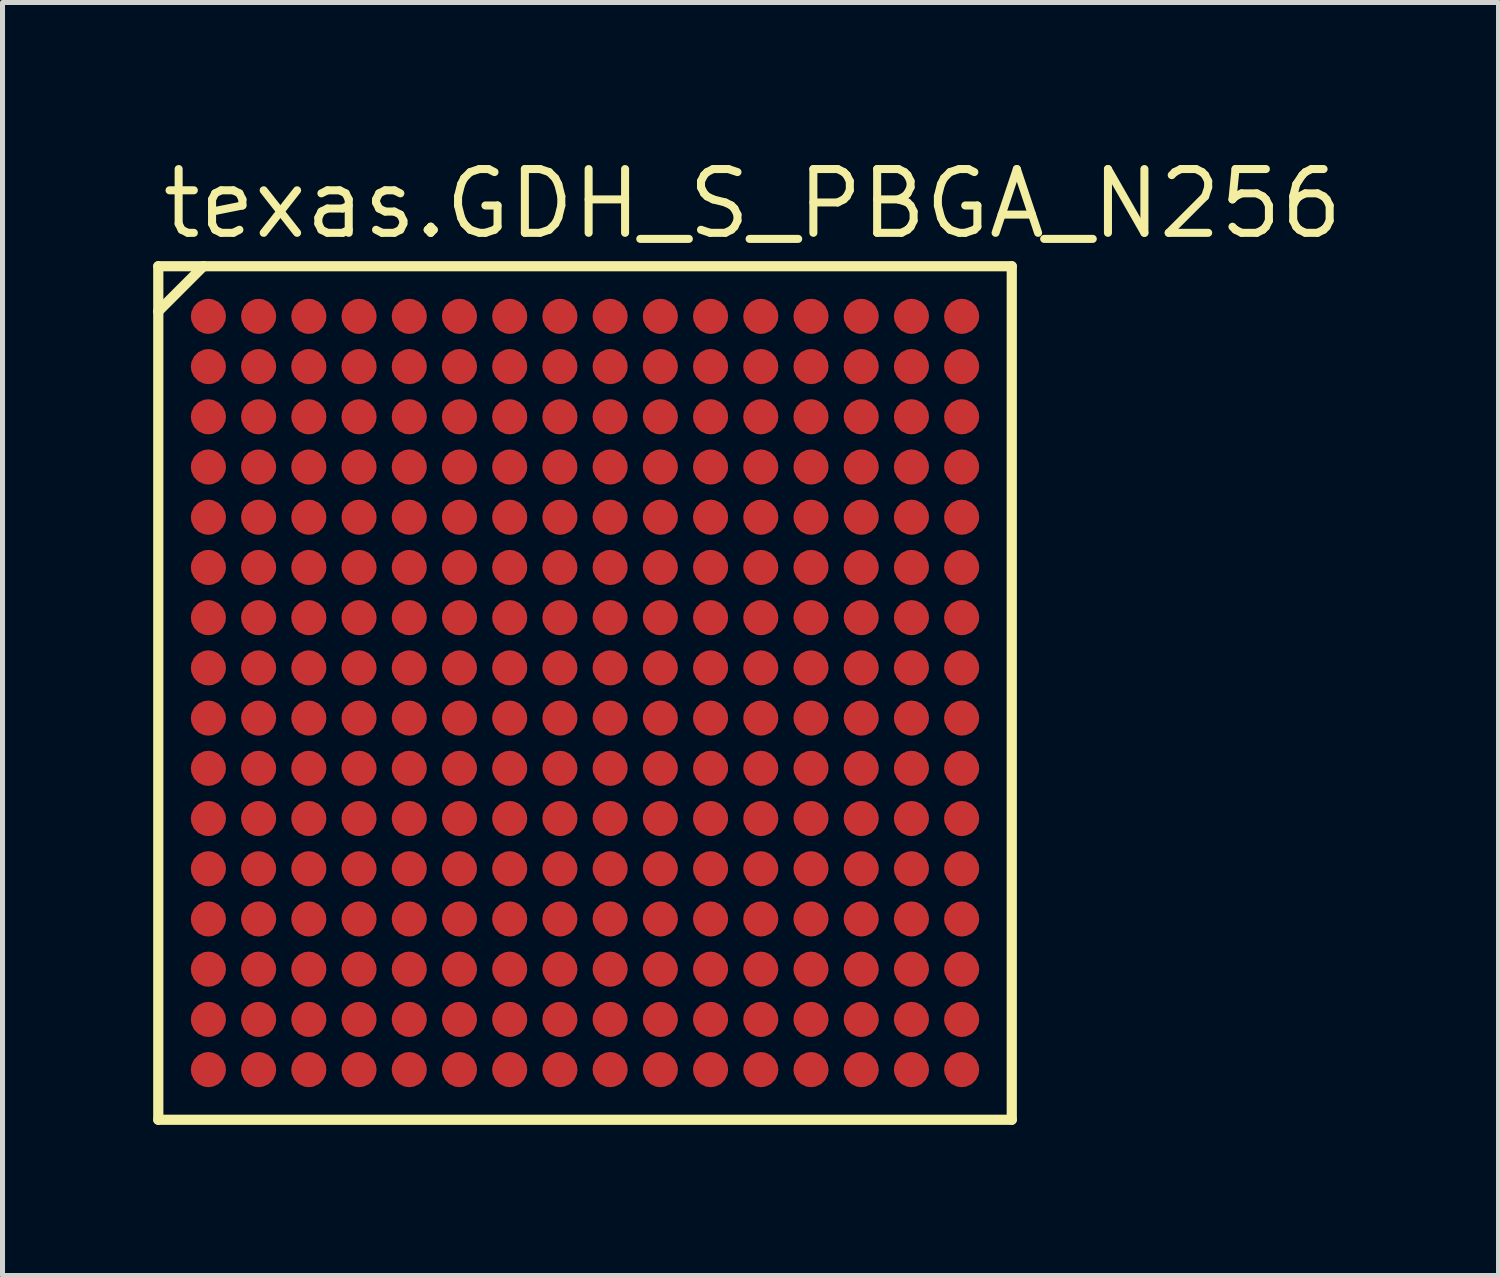
<source format=kicad_pcb>
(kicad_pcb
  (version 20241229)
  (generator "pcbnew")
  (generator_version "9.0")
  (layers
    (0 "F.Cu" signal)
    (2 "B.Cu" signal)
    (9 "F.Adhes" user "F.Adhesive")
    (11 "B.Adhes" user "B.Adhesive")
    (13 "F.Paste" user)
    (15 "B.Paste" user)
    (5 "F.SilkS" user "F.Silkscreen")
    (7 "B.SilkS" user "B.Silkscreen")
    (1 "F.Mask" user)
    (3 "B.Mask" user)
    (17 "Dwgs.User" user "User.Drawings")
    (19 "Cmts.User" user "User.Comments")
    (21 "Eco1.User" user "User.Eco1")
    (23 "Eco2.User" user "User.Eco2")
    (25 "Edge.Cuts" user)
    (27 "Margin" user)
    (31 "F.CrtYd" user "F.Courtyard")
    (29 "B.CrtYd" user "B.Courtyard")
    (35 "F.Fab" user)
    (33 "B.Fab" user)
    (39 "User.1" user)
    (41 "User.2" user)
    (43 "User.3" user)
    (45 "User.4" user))
  (footprint "texas.GDH_S_PBGA_N256"
    (layer "F.Cu")
    (at 8.6 10.75)
    (property "Reference" "texas.GDH_S_PBGA_N256" (at -8.5 -9 0) (layer "F.SilkS") (effects (font (size 1.27 1.27) (thickness 0.16)) (justify left bottom)))
    (attr smd)
    (fp_circle (center -7.5 -7.5) (end -7.13 -7.5) (stroke (width 0.1) (type default)) (fill no) (layer "F.Mask"))
    (fp_circle (center -7.5 -6.5) (end -7.13 -6.5) (stroke (width 0.1) (type default)) (fill no) (layer "F.Mask"))
    (fp_circle (center -7.5 -5.5) (end -7.13 -5.5) (stroke (width 0.1) (type default)) (fill no) (layer "F.Mask"))
    (fp_circle (center -7.5 -4.5) (end -7.13 -4.5) (stroke (width 0.1) (type default)) (fill no) (layer "F.Mask"))
    (fp_circle (center -7.5 -3.5) (end -7.13 -3.5) (stroke (width 0.1) (type default)) (fill no) (layer "F.Mask"))
    (fp_circle (center -7.5 -2.5) (end -7.13 -2.5) (stroke (width 0.1) (type default)) (fill no) (layer "F.Mask"))
    (fp_circle (center -7.5 -1.5) (end -7.13 -1.5) (stroke (width 0.1) (type default)) (fill no) (layer "F.Mask"))
    (fp_circle (center -7.5 -0.5) (end -7.13 -0.5) (stroke (width 0.1) (type default)) (fill no) (layer "F.Mask"))
    (fp_circle (center -7.5 0.5) (end -7.13 0.5) (stroke (width 0.1) (type default)) (fill no) (layer "F.Mask"))
    (fp_circle (center -7.5 1.5) (end -7.13 1.5) (stroke (width 0.1) (type default)) (fill no) (layer "F.Mask"))
    (fp_circle (center -7.5 2.5) (end -7.13 2.5) (stroke (width 0.1) (type default)) (fill no) (layer "F.Mask"))
    (fp_circle (center -7.5 3.5) (end -7.13 3.5) (stroke (width 0.1) (type default)) (fill no) (layer "F.Mask"))
    (fp_circle (center -7.5 4.5) (end -7.13 4.5) (stroke (width 0.1) (type default)) (fill no) (layer "F.Mask"))
    (fp_circle (center -7.5 5.5) (end -7.13 5.5) (stroke (width 0.1) (type default)) (fill no) (layer "F.Mask"))
    (fp_circle (center -7.5 6.5) (end -7.13 6.5) (stroke (width 0.1) (type default)) (fill no) (layer "F.Mask"))
    (fp_circle (center -7.5 7.5) (end -7.13 7.5) (stroke (width 0.1) (type default)) (fill no) (layer "F.Mask"))
    (fp_circle (center -6.5 -7.5) (end -6.13 -7.5) (stroke (width 0.1) (type default)) (fill no) (layer "F.Mask"))
    (fp_circle (center -6.5 -6.5) (end -6.13 -6.5) (stroke (width 0.1) (type default)) (fill no) (layer "F.Mask"))
    (fp_circle (center -6.5 -5.5) (end -6.13 -5.5) (stroke (width 0.1) (type default)) (fill no) (layer "F.Mask"))
    (fp_circle (center -6.5 -4.5) (end -6.13 -4.5) (stroke (width 0.1) (type default)) (fill no) (layer "F.Mask"))
    (fp_circle (center -6.5 -3.5) (end -6.13 -3.5) (stroke (width 0.1) (type default)) (fill no) (layer "F.Mask"))
    (fp_circle (center -6.5 -2.5) (end -6.13 -2.5) (stroke (width 0.1) (type default)) (fill no) (layer "F.Mask"))
    (fp_circle (center -6.5 -1.5) (end -6.13 -1.5) (stroke (width 0.1) (type default)) (fill no) (layer "F.Mask"))
    (fp_circle (center -6.5 -0.5) (end -6.13 -0.5) (stroke (width 0.1) (type default)) (fill no) (layer "F.Mask"))
    (fp_circle (center -6.5 0.5) (end -6.13 0.5) (stroke (width 0.1) (type default)) (fill no) (layer "F.Mask"))
    (fp_circle (center -6.5 1.5) (end -6.13 1.5) (stroke (width 0.1) (type default)) (fill no) (layer "F.Mask"))
    (fp_circle (center -6.5 2.5) (end -6.13 2.5) (stroke (width 0.1) (type default)) (fill no) (layer "F.Mask"))
    (fp_circle (center -6.5 3.5) (end -6.13 3.5) (stroke (width 0.1) (type default)) (fill no) (layer "F.Mask"))
    (fp_circle (center -6.5 4.5) (end -6.13 4.5) (stroke (width 0.1) (type default)) (fill no) (layer "F.Mask"))
    (fp_circle (center -6.5 5.5) (end -6.13 5.5) (stroke (width 0.1) (type default)) (fill no) (layer "F.Mask"))
    (fp_circle (center -6.5 6.5) (end -6.13 6.5) (stroke (width 0.1) (type default)) (fill no) (layer "F.Mask"))
    (fp_circle (center -6.5 7.5) (end -6.13 7.5) (stroke (width 0.1) (type default)) (fill no) (layer "F.Mask"))
    (fp_circle (center -5.5 -7.5) (end -5.13 -7.5) (stroke (width 0.1) (type default)) (fill no) (layer "F.Mask"))
    (fp_circle (center -5.5 -6.5) (end -5.13 -6.5) (stroke (width 0.1) (type default)) (fill no) (layer "F.Mask"))
    (fp_circle (center -5.5 -5.5) (end -5.13 -5.5) (stroke (width 0.1) (type default)) (fill no) (layer "F.Mask"))
    (fp_circle (center -5.5 -4.5) (end -5.13 -4.5) (stroke (width 0.1) (type default)) (fill no) (layer "F.Mask"))
    (fp_circle (center -5.5 -3.5) (end -5.13 -3.5) (stroke (width 0.1) (type default)) (fill no) (layer "F.Mask"))
    (fp_circle (center -5.5 -2.5) (end -5.13 -2.5) (stroke (width 0.1) (type default)) (fill no) (layer "F.Mask"))
    (fp_circle (center -5.5 -1.5) (end -5.13 -1.5) (stroke (width 0.1) (type default)) (fill no) (layer "F.Mask"))
    (fp_circle (center -5.5 -0.5) (end -5.13 -0.5) (stroke (width 0.1) (type default)) (fill no) (layer "F.Mask"))
    (fp_circle (center -5.5 0.5) (end -5.13 0.5) (stroke (width 0.1) (type default)) (fill no) (layer "F.Mask"))
    (fp_circle (center -5.5 1.5) (end -5.13 1.5) (stroke (width 0.1) (type default)) (fill no) (layer "F.Mask"))
    (fp_circle (center -5.5 2.5) (end -5.13 2.5) (stroke (width 0.1) (type default)) (fill no) (layer "F.Mask"))
    (fp_circle (center -5.5 3.5) (end -5.13 3.5) (stroke (width 0.1) (type default)) (fill no) (layer "F.Mask"))
    (fp_circle (center -5.5 4.5) (end -5.13 4.5) (stroke (width 0.1) (type default)) (fill no) (layer "F.Mask"))
    (fp_circle (center -5.5 5.5) (end -5.13 5.5) (stroke (width 0.1) (type default)) (fill no) (layer "F.Mask"))
    (fp_circle (center -5.5 6.5) (end -5.13 6.5) (stroke (width 0.1) (type default)) (fill no) (layer "F.Mask"))
    (fp_circle (center -5.5 7.5) (end -5.13 7.5) (stroke (width 0.1) (type default)) (fill no) (layer "F.Mask"))
    (fp_circle (center -4.5 -7.5) (end -4.13 -7.5) (stroke (width 0.1) (type default)) (fill no) (layer "F.Mask"))
    (fp_circle (center -4.5 -6.5) (end -4.13 -6.5) (stroke (width 0.1) (type default)) (fill no) (layer "F.Mask"))
    (fp_circle (center -4.5 -5.5) (end -4.13 -5.5) (stroke (width 0.1) (type default)) (fill no) (layer "F.Mask"))
    (fp_circle (center -4.5 -4.5) (end -4.13 -4.5) (stroke (width 0.1) (type default)) (fill no) (layer "F.Mask"))
    (fp_circle (center -4.5 -3.5) (end -4.13 -3.5) (stroke (width 0.1) (type default)) (fill no) (layer "F.Mask"))
    (fp_circle (center -4.5 -2.5) (end -4.13 -2.5) (stroke (width 0.1) (type default)) (fill no) (layer "F.Mask"))
    (fp_circle (center -4.5 -1.5) (end -4.13 -1.5) (stroke (width 0.1) (type default)) (fill no) (layer "F.Mask"))
    (fp_circle (center -4.5 -0.5) (end -4.13 -0.5) (stroke (width 0.1) (type default)) (fill no) (layer "F.Mask"))
    (fp_circle (center -4.5 0.5) (end -4.13 0.5) (stroke (width 0.1) (type default)) (fill no) (layer "F.Mask"))
    (fp_circle (center -4.5 1.5) (end -4.13 1.5) (stroke (width 0.1) (type default)) (fill no) (layer "F.Mask"))
    (fp_circle (center -4.5 2.5) (end -4.13 2.5) (stroke (width 0.1) (type default)) (fill no) (layer "F.Mask"))
    (fp_circle (center -4.5 3.5) (end -4.13 3.5) (stroke (width 0.1) (type default)) (fill no) (layer "F.Mask"))
    (fp_circle (center -4.5 4.5) (end -4.13 4.5) (stroke (width 0.1) (type default)) (fill no) (layer "F.Mask"))
    (fp_circle (center -4.5 5.5) (end -4.13 5.5) (stroke (width 0.1) (type default)) (fill no) (layer "F.Mask"))
    (fp_circle (center -4.5 6.5) (end -4.13 6.5) (stroke (width 0.1) (type default)) (fill no) (layer "F.Mask"))
    (fp_circle (center -4.5 7.5) (end -4.13 7.5) (stroke (width 0.1) (type default)) (fill no) (layer "F.Mask"))
    (fp_circle (center -3.5 -7.5) (end -3.13 -7.5) (stroke (width 0.1) (type default)) (fill no) (layer "F.Mask"))
    (fp_circle (center -3.5 -6.5) (end -3.13 -6.5) (stroke (width 0.1) (type default)) (fill no) (layer "F.Mask"))
    (fp_circle (center -3.5 -5.5) (end -3.13 -5.5) (stroke (width 0.1) (type default)) (fill no) (layer "F.Mask"))
    (fp_circle (center -3.5 -4.5) (end -3.13 -4.5) (stroke (width 0.1) (type default)) (fill no) (layer "F.Mask"))
    (fp_circle (center -3.5 -3.5) (end -3.13 -3.5) (stroke (width 0.1) (type default)) (fill no) (layer "F.Mask"))
    (fp_circle (center -3.5 -2.5) (end -3.13 -2.5) (stroke (width 0.1) (type default)) (fill no) (layer "F.Mask"))
    (fp_circle (center -3.5 -1.5) (end -3.13 -1.5) (stroke (width 0.1) (type default)) (fill no) (layer "F.Mask"))
    (fp_circle (center -3.5 -0.5) (end -3.13 -0.5) (stroke (width 0.1) (type default)) (fill no) (layer "F.Mask"))
    (fp_circle (center -3.5 0.5) (end -3.13 0.5) (stroke (width 0.1) (type default)) (fill no) (layer "F.Mask"))
    (fp_circle (center -3.5 1.5) (end -3.13 1.5) (stroke (width 0.1) (type default)) (fill no) (layer "F.Mask"))
    (fp_circle (center -3.5 2.5) (end -3.13 2.5) (stroke (width 0.1) (type default)) (fill no) (layer "F.Mask"))
    (fp_circle (center -3.5 3.5) (end -3.13 3.5) (stroke (width 0.1) (type default)) (fill no) (layer "F.Mask"))
    (fp_circle (center -3.5 4.5) (end -3.13 4.5) (stroke (width 0.1) (type default)) (fill no) (layer "F.Mask"))
    (fp_circle (center -3.5 5.5) (end -3.13 5.5) (stroke (width 0.1) (type default)) (fill no) (layer "F.Mask"))
    (fp_circle (center -3.5 6.5) (end -3.13 6.5) (stroke (width 0.1) (type default)) (fill no) (layer "F.Mask"))
    (fp_circle (center -3.5 7.5) (end -3.13 7.5) (stroke (width 0.1) (type default)) (fill no) (layer "F.Mask"))
    (fp_circle (center -2.5 -7.5) (end -2.13 -7.5) (stroke (width 0.1) (type default)) (fill no) (layer "F.Mask"))
    (fp_circle (center -2.5 -6.5) (end -2.13 -6.5) (stroke (width 0.1) (type default)) (fill no) (layer "F.Mask"))
    (fp_circle (center -2.5 -5.5) (end -2.13 -5.5) (stroke (width 0.1) (type default)) (fill no) (layer "F.Mask"))
    (fp_circle (center -2.5 -4.5) (end -2.13 -4.5) (stroke (width 0.1) (type default)) (fill no) (layer "F.Mask"))
    (fp_circle (center -2.5 -3.5) (end -2.13 -3.5) (stroke (width 0.1) (type default)) (fill no) (layer "F.Mask"))
    (fp_circle (center -2.5 -2.5) (end -2.13 -2.5) (stroke (width 0.1) (type default)) (fill no) (layer "F.Mask"))
    (fp_circle (center -2.5 -1.5) (end -2.13 -1.5) (stroke (width 0.1) (type default)) (fill no) (layer "F.Mask"))
    (fp_circle (center -2.5 -0.5) (end -2.13 -0.5) (stroke (width 0.1) (type default)) (fill no) (layer "F.Mask"))
    (fp_circle (center -2.5 0.5) (end -2.13 0.5) (stroke (width 0.1) (type default)) (fill no) (layer "F.Mask"))
    (fp_circle (center -2.5 1.5) (end -2.13 1.5) (stroke (width 0.1) (type default)) (fill no) (layer "F.Mask"))
    (fp_circle (center -2.5 2.5) (end -2.13 2.5) (stroke (width 0.1) (type default)) (fill no) (layer "F.Mask"))
    (fp_circle (center -2.5 3.5) (end -2.13 3.5) (stroke (width 0.1) (type default)) (fill no) (layer "F.Mask"))
    (fp_circle (center -2.5 4.5) (end -2.13 4.5) (stroke (width 0.1) (type default)) (fill no) (layer "F.Mask"))
    (fp_circle (center -2.5 5.5) (end -2.13 5.5) (stroke (width 0.1) (type default)) (fill no) (layer "F.Mask"))
    (fp_circle (center -2.5 6.5) (end -2.13 6.5) (stroke (width 0.1) (type default)) (fill no) (layer "F.Mask"))
    (fp_circle (center -2.5 7.5) (end -2.13 7.5) (stroke (width 0.1) (type default)) (fill no) (layer "F.Mask"))
    (fp_circle (center -1.5 -7.5) (end -1.13 -7.5) (stroke (width 0.1) (type default)) (fill no) (layer "F.Mask"))
    (fp_circle (center -1.5 -6.5) (end -1.13 -6.5) (stroke (width 0.1) (type default)) (fill no) (layer "F.Mask"))
    (fp_circle (center -1.5 -5.5) (end -1.13 -5.5) (stroke (width 0.1) (type default)) (fill no) (layer "F.Mask"))
    (fp_circle (center -1.5 -4.5) (end -1.13 -4.5) (stroke (width 0.1) (type default)) (fill no) (layer "F.Mask"))
    (fp_circle (center -1.5 -3.5) (end -1.13 -3.5) (stroke (width 0.1) (type default)) (fill no) (layer "F.Mask"))
    (fp_circle (center -1.5 -2.5) (end -1.13 -2.5) (stroke (width 0.1) (type default)) (fill no) (layer "F.Mask"))
    (fp_circle (center -1.5 -1.5) (end -1.13 -1.5) (stroke (width 0.1) (type default)) (fill no) (layer "F.Mask"))
    (fp_circle (center -1.5 -0.5) (end -1.13 -0.5) (stroke (width 0.1) (type default)) (fill no) (layer "F.Mask"))
    (fp_circle (center -1.5 0.5) (end -1.13 0.5) (stroke (width 0.1) (type default)) (fill no) (layer "F.Mask"))
    (fp_circle (center -1.5 1.5) (end -1.13 1.5) (stroke (width 0.1) (type default)) (fill no) (layer "F.Mask"))
    (fp_circle (center -1.5 2.5) (end -1.13 2.5) (stroke (width 0.1) (type default)) (fill no) (layer "F.Mask"))
    (fp_circle (center -1.5 3.5) (end -1.13 3.5) (stroke (width 0.1) (type default)) (fill no) (layer "F.Mask"))
    (fp_circle (center -1.5 4.5) (end -1.13 4.5) (stroke (width 0.1) (type default)) (fill no) (layer "F.Mask"))
    (fp_circle (center -1.5 5.5) (end -1.13 5.5) (stroke (width 0.1) (type default)) (fill no) (layer "F.Mask"))
    (fp_circle (center -1.5 6.5) (end -1.13 6.5) (stroke (width 0.1) (type default)) (fill no) (layer "F.Mask"))
    (fp_circle (center -1.5 7.5) (end -1.13 7.5) (stroke (width 0.1) (type default)) (fill no) (layer "F.Mask"))
    (fp_circle (center -0.5 -7.5) (end -0.13 -7.5) (stroke (width 0.1) (type default)) (fill no) (layer "F.Mask"))
    (fp_circle (center -0.5 -6.5) (end -0.13 -6.5) (stroke (width 0.1) (type default)) (fill no) (layer "F.Mask"))
    (fp_circle (center -0.5 -5.5) (end -0.13 -5.5) (stroke (width 0.1) (type default)) (fill no) (layer "F.Mask"))
    (fp_circle (center -0.5 -4.5) (end -0.13 -4.5) (stroke (width 0.1) (type default)) (fill no) (layer "F.Mask"))
    (fp_circle (center -0.5 -3.5) (end -0.13 -3.5) (stroke (width 0.1) (type default)) (fill no) (layer "F.Mask"))
    (fp_circle (center -0.5 -2.5) (end -0.13 -2.5) (stroke (width 0.1) (type default)) (fill no) (layer "F.Mask"))
    (fp_circle (center -0.5 -1.5) (end -0.13 -1.5) (stroke (width 0.1) (type default)) (fill no) (layer "F.Mask"))
    (fp_circle (center -0.5 -0.5) (end -0.13 -0.5) (stroke (width 0.1) (type default)) (fill no) (layer "F.Mask"))
    (fp_circle (center -0.5 0.5) (end -0.13 0.5) (stroke (width 0.1) (type default)) (fill no) (layer "F.Mask"))
    (fp_circle (center -0.5 1.5) (end -0.13 1.5) (stroke (width 0.1) (type default)) (fill no) (layer "F.Mask"))
    (fp_circle (center -0.5 2.5) (end -0.13 2.5) (stroke (width 0.1) (type default)) (fill no) (layer "F.Mask"))
    (fp_circle (center -0.5 3.5) (end -0.13 3.5) (stroke (width 0.1) (type default)) (fill no) (layer "F.Mask"))
    (fp_circle (center -0.5 4.5) (end -0.13 4.5) (stroke (width 0.1) (type default)) (fill no) (layer "F.Mask"))
    (fp_circle (center -0.5 5.5) (end -0.13 5.5) (stroke (width 0.1) (type default)) (fill no) (layer "F.Mask"))
    (fp_circle (center -0.5 6.5) (end -0.13 6.5) (stroke (width 0.1) (type default)) (fill no) (layer "F.Mask"))
    (fp_circle (center -0.5 7.5) (end -0.13 7.5) (stroke (width 0.1) (type default)) (fill no) (layer "F.Mask"))
    (fp_circle (center 0.5 -7.5) (end 0.87 -7.5) (stroke (width 0.1) (type default)) (fill no) (layer "F.Mask"))
    (fp_circle (center 0.5 -6.5) (end 0.87 -6.5) (stroke (width 0.1) (type default)) (fill no) (layer "F.Mask"))
    (fp_circle (center 0.5 -5.5) (end 0.87 -5.5) (stroke (width 0.1) (type default)) (fill no) (layer "F.Mask"))
    (fp_circle (center 0.5 -4.5) (end 0.87 -4.5) (stroke (width 0.1) (type default)) (fill no) (layer "F.Mask"))
    (fp_circle (center 0.5 -3.5) (end 0.87 -3.5) (stroke (width 0.1) (type default)) (fill no) (layer "F.Mask"))
    (fp_circle (center 0.5 -2.5) (end 0.87 -2.5) (stroke (width 0.1) (type default)) (fill no) (layer "F.Mask"))
    (fp_circle (center 0.5 -1.5) (end 0.87 -1.5) (stroke (width 0.1) (type default)) (fill no) (layer "F.Mask"))
    (fp_circle (center 0.5 -0.5) (end 0.87 -0.5) (stroke (width 0.1) (type default)) (fill no) (layer "F.Mask"))
    (fp_circle (center 0.5 0.5) (end 0.87 0.5) (stroke (width 0.1) (type default)) (fill no) (layer "F.Mask"))
    (fp_circle (center 0.5 1.5) (end 0.87 1.5) (stroke (width 0.1) (type default)) (fill no) (layer "F.Mask"))
    (fp_circle (center 0.5 2.5) (end 0.87 2.5) (stroke (width 0.1) (type default)) (fill no) (layer "F.Mask"))
    (fp_circle (center 0.5 3.5) (end 0.87 3.5) (stroke (width 0.1) (type default)) (fill no) (layer "F.Mask"))
    (fp_circle (center 0.5 4.5) (end 0.87 4.5) (stroke (width 0.1) (type default)) (fill no) (layer "F.Mask"))
    (fp_circle (center 0.5 5.5) (end 0.87 5.5) (stroke (width 0.1) (type default)) (fill no) (layer "F.Mask"))
    (fp_circle (center 0.5 6.5) (end 0.87 6.5) (stroke (width 0.1) (type default)) (fill no) (layer "F.Mask"))
    (fp_circle (center 0.5 7.5) (end 0.87 7.5) (stroke (width 0.1) (type default)) (fill no) (layer "F.Mask"))
    (fp_circle (center 1.5 -7.5) (end 1.87 -7.5) (stroke (width 0.1) (type default)) (fill no) (layer "F.Mask"))
    (fp_circle (center 1.5 -6.5) (end 1.87 -6.5) (stroke (width 0.1) (type default)) (fill no) (layer "F.Mask"))
    (fp_circle (center 1.5 -5.5) (end 1.87 -5.5) (stroke (width 0.1) (type default)) (fill no) (layer "F.Mask"))
    (fp_circle (center 1.5 -4.5) (end 1.87 -4.5) (stroke (width 0.1) (type default)) (fill no) (layer "F.Mask"))
    (fp_circle (center 1.5 -3.5) (end 1.87 -3.5) (stroke (width 0.1) (type default)) (fill no) (layer "F.Mask"))
    (fp_circle (center 1.5 -2.5) (end 1.87 -2.5) (stroke (width 0.1) (type default)) (fill no) (layer "F.Mask"))
    (fp_circle (center 1.5 -1.5) (end 1.87 -1.5) (stroke (width 0.1) (type default)) (fill no) (layer "F.Mask"))
    (fp_circle (center 1.5 -0.5) (end 1.87 -0.5) (stroke (width 0.1) (type default)) (fill no) (layer "F.Mask"))
    (fp_circle (center 1.5 0.5) (end 1.87 0.5) (stroke (width 0.1) (type default)) (fill no) (layer "F.Mask"))
    (fp_circle (center 1.5 1.5) (end 1.87 1.5) (stroke (width 0.1) (type default)) (fill no) (layer "F.Mask"))
    (fp_circle (center 1.5 2.5) (end 1.87 2.5) (stroke (width 0.1) (type default)) (fill no) (layer "F.Mask"))
    (fp_circle (center 1.5 3.5) (end 1.87 3.5) (stroke (width 0.1) (type default)) (fill no) (layer "F.Mask"))
    (fp_circle (center 1.5 4.5) (end 1.87 4.5) (stroke (width 0.1) (type default)) (fill no) (layer "F.Mask"))
    (fp_circle (center 1.5 5.5) (end 1.87 5.5) (stroke (width 0.1) (type default)) (fill no) (layer "F.Mask"))
    (fp_circle (center 1.5 6.5) (end 1.87 6.5) (stroke (width 0.1) (type default)) (fill no) (layer "F.Mask"))
    (fp_circle (center 1.5 7.5) (end 1.87 7.5) (stroke (width 0.1) (type default)) (fill no) (layer "F.Mask"))
    (fp_circle (center 2.5 -7.5) (end 2.87 -7.5) (stroke (width 0.1) (type default)) (fill no) (layer "F.Mask"))
    (fp_circle (center 2.5 -6.5) (end 2.87 -6.5) (stroke (width 0.1) (type default)) (fill no) (layer "F.Mask"))
    (fp_circle (center 2.5 -5.5) (end 2.87 -5.5) (stroke (width 0.1) (type default)) (fill no) (layer "F.Mask"))
    (fp_circle (center 2.5 -4.5) (end 2.87 -4.5) (stroke (width 0.1) (type default)) (fill no) (layer "F.Mask"))
    (fp_circle (center 2.5 -3.5) (end 2.87 -3.5) (stroke (width 0.1) (type default)) (fill no) (layer "F.Mask"))
    (fp_circle (center 2.5 -2.5) (end 2.87 -2.5) (stroke (width 0.1) (type default)) (fill no) (layer "F.Mask"))
    (fp_circle (center 2.5 -1.5) (end 2.87 -1.5) (stroke (width 0.1) (type default)) (fill no) (layer "F.Mask"))
    (fp_circle (center 2.5 -0.5) (end 2.87 -0.5) (stroke (width 0.1) (type default)) (fill no) (layer "F.Mask"))
    (fp_circle (center 2.5 0.5) (end 2.87 0.5) (stroke (width 0.1) (type default)) (fill no) (layer "F.Mask"))
    (fp_circle (center 2.5 1.5) (end 2.87 1.5) (stroke (width 0.1) (type default)) (fill no) (layer "F.Mask"))
    (fp_circle (center 2.5 2.5) (end 2.87 2.5) (stroke (width 0.1) (type default)) (fill no) (layer "F.Mask"))
    (fp_circle (center 2.5 3.5) (end 2.87 3.5) (stroke (width 0.1) (type default)) (fill no) (layer "F.Mask"))
    (fp_circle (center 2.5 4.5) (end 2.87 4.5) (stroke (width 0.1) (type default)) (fill no) (layer "F.Mask"))
    (fp_circle (center 2.5 5.5) (end 2.87 5.5) (stroke (width 0.1) (type default)) (fill no) (layer "F.Mask"))
    (fp_circle (center 2.5 6.5) (end 2.87 6.5) (stroke (width 0.1) (type default)) (fill no) (layer "F.Mask"))
    (fp_circle (center 2.5 7.5) (end 2.87 7.5) (stroke (width 0.1) (type default)) (fill no) (layer "F.Mask"))
    (fp_circle (center 3.5 -7.5) (end 3.87 -7.5) (stroke (width 0.1) (type default)) (fill no) (layer "F.Mask"))
    (fp_circle (center 3.5 -6.5) (end 3.87 -6.5) (stroke (width 0.1) (type default)) (fill no) (layer "F.Mask"))
    (fp_circle (center 3.5 -5.5) (end 3.87 -5.5) (stroke (width 0.1) (type default)) (fill no) (layer "F.Mask"))
    (fp_circle (center 3.5 -4.5) (end 3.87 -4.5) (stroke (width 0.1) (type default)) (fill no) (layer "F.Mask"))
    (fp_circle (center 3.5 -3.5) (end 3.87 -3.5) (stroke (width 0.1) (type default)) (fill no) (layer "F.Mask"))
    (fp_circle (center 3.5 -2.5) (end 3.87 -2.5) (stroke (width 0.1) (type default)) (fill no) (layer "F.Mask"))
    (fp_circle (center 3.5 -1.5) (end 3.87 -1.5) (stroke (width 0.1) (type default)) (fill no) (layer "F.Mask"))
    (fp_circle (center 3.5 -0.5) (end 3.87 -0.5) (stroke (width 0.1) (type default)) (fill no) (layer "F.Mask"))
    (fp_circle (center 3.5 0.5) (end 3.87 0.5) (stroke (width 0.1) (type default)) (fill no) (layer "F.Mask"))
    (fp_circle (center 3.5 1.5) (end 3.87 1.5) (stroke (width 0.1) (type default)) (fill no) (layer "F.Mask"))
    (fp_circle (center 3.5 2.5) (end 3.87 2.5) (stroke (width 0.1) (type default)) (fill no) (layer "F.Mask"))
    (fp_circle (center 3.5 3.5) (end 3.87 3.5) (stroke (width 0.1) (type default)) (fill no) (layer "F.Mask"))
    (fp_circle (center 3.5 4.5) (end 3.87 4.5) (stroke (width 0.1) (type default)) (fill no) (layer "F.Mask"))
    (fp_circle (center 3.5 5.5) (end 3.87 5.5) (stroke (width 0.1) (type default)) (fill no) (layer "F.Mask"))
    (fp_circle (center 3.5 6.5) (end 3.87 6.5) (stroke (width 0.1) (type default)) (fill no) (layer "F.Mask"))
    (fp_circle (center 3.5 7.5) (end 3.87 7.5) (stroke (width 0.1) (type default)) (fill no) (layer "F.Mask"))
    (fp_circle (center 4.5 -7.5) (end 4.87 -7.5) (stroke (width 0.1) (type default)) (fill no) (layer "F.Mask"))
    (fp_circle (center 4.5 -6.5) (end 4.87 -6.5) (stroke (width 0.1) (type default)) (fill no) (layer "F.Mask"))
    (fp_circle (center 4.5 -5.5) (end 4.87 -5.5) (stroke (width 0.1) (type default)) (fill no) (layer "F.Mask"))
    (fp_circle (center 4.5 -4.5) (end 4.87 -4.5) (stroke (width 0.1) (type default)) (fill no) (layer "F.Mask"))
    (fp_circle (center 4.5 -3.5) (end 4.87 -3.5) (stroke (width 0.1) (type default)) (fill no) (layer "F.Mask"))
    (fp_circle (center 4.5 -2.5) (end 4.87 -2.5) (stroke (width 0.1) (type default)) (fill no) (layer "F.Mask"))
    (fp_circle (center 4.5 -1.5) (end 4.87 -1.5) (stroke (width 0.1) (type default)) (fill no) (layer "F.Mask"))
    (fp_circle (center 4.5 -0.5) (end 4.87 -0.5) (stroke (width 0.1) (type default)) (fill no) (layer "F.Mask"))
    (fp_circle (center 4.5 0.5) (end 4.87 0.5) (stroke (width 0.1) (type default)) (fill no) (layer "F.Mask"))
    (fp_circle (center 4.5 1.5) (end 4.87 1.5) (stroke (width 0.1) (type default)) (fill no) (layer "F.Mask"))
    (fp_circle (center 4.5 2.5) (end 4.87 2.5) (stroke (width 0.1) (type default)) (fill no) (layer "F.Mask"))
    (fp_circle (center 4.5 3.5) (end 4.87 3.5) (stroke (width 0.1) (type default)) (fill no) (layer "F.Mask"))
    (fp_circle (center 4.5 4.5) (end 4.87 4.5) (stroke (width 0.1) (type default)) (fill no) (layer "F.Mask"))
    (fp_circle (center 4.5 5.5) (end 4.87 5.5) (stroke (width 0.1) (type default)) (fill no) (layer "F.Mask"))
    (fp_circle (center 4.5 6.5) (end 4.87 6.5) (stroke (width 0.1) (type default)) (fill no) (layer "F.Mask"))
    (fp_circle (center 4.5 7.5) (end 4.87 7.5) (stroke (width 0.1) (type default)) (fill no) (layer "F.Mask"))
    (fp_circle (center 5.5 -7.5) (end 5.87 -7.5) (stroke (width 0.1) (type default)) (fill no) (layer "F.Mask"))
    (fp_circle (center 5.5 -6.5) (end 5.87 -6.5) (stroke (width 0.1) (type default)) (fill no) (layer "F.Mask"))
    (fp_circle (center 5.5 -5.5) (end 5.87 -5.5) (stroke (width 0.1) (type default)) (fill no) (layer "F.Mask"))
    (fp_circle (center 5.5 -4.5) (end 5.87 -4.5) (stroke (width 0.1) (type default)) (fill no) (layer "F.Mask"))
    (fp_circle (center 5.5 -3.5) (end 5.87 -3.5) (stroke (width 0.1) (type default)) (fill no) (layer "F.Mask"))
    (fp_circle (center 5.5 -2.5) (end 5.87 -2.5) (stroke (width 0.1) (type default)) (fill no) (layer "F.Mask"))
    (fp_circle (center 5.5 -1.5) (end 5.87 -1.5) (stroke (width 0.1) (type default)) (fill no) (layer "F.Mask"))
    (fp_circle (center 5.5 -0.5) (end 5.87 -0.5) (stroke (width 0.1) (type default)) (fill no) (layer "F.Mask"))
    (fp_circle (center 5.5 0.5) (end 5.87 0.5) (stroke (width 0.1) (type default)) (fill no) (layer "F.Mask"))
    (fp_circle (center 5.5 1.5) (end 5.87 1.5) (stroke (width 0.1) (type default)) (fill no) (layer "F.Mask"))
    (fp_circle (center 5.5 2.5) (end 5.87 2.5) (stroke (width 0.1) (type default)) (fill no) (layer "F.Mask"))
    (fp_circle (center 5.5 3.5) (end 5.87 3.5) (stroke (width 0.1) (type default)) (fill no) (layer "F.Mask"))
    (fp_circle (center 5.5 4.5) (end 5.87 4.5) (stroke (width 0.1) (type default)) (fill no) (layer "F.Mask"))
    (fp_circle (center 5.5 5.5) (end 5.87 5.5) (stroke (width 0.1) (type default)) (fill no) (layer "F.Mask"))
    (fp_circle (center 5.5 6.5) (end 5.87 6.5) (stroke (width 0.1) (type default)) (fill no) (layer "F.Mask"))
    (fp_circle (center 5.5 7.5) (end 5.87 7.5) (stroke (width 0.1) (type default)) (fill no) (layer "F.Mask"))
    (fp_circle (center 6.5 -7.5) (end 6.87 -7.5) (stroke (width 0.1) (type default)) (fill no) (layer "F.Mask"))
    (fp_circle (center 6.5 -6.5) (end 6.87 -6.5) (stroke (width 0.1) (type default)) (fill no) (layer "F.Mask"))
    (fp_circle (center 6.5 -5.5) (end 6.87 -5.5) (stroke (width 0.1) (type default)) (fill no) (layer "F.Mask"))
    (fp_circle (center 6.5 -4.5) (end 6.87 -4.5) (stroke (width 0.1) (type default)) (fill no) (layer "F.Mask"))
    (fp_circle (center 6.5 -3.5) (end 6.87 -3.5) (stroke (width 0.1) (type default)) (fill no) (layer "F.Mask"))
    (fp_circle (center 6.5 -2.5) (end 6.87 -2.5) (stroke (width 0.1) (type default)) (fill no) (layer "F.Mask"))
    (fp_circle (center 6.5 -1.5) (end 6.87 -1.5) (stroke (width 0.1) (type default)) (fill no) (layer "F.Mask"))
    (fp_circle (center 6.5 -0.5) (end 6.87 -0.5) (stroke (width 0.1) (type default)) (fill no) (layer "F.Mask"))
    (fp_circle (center 6.5 0.5) (end 6.87 0.5) (stroke (width 0.1) (type default)) (fill no) (layer "F.Mask"))
    (fp_circle (center 6.5 1.5) (end 6.87 1.5) (stroke (width 0.1) (type default)) (fill no) (layer "F.Mask"))
    (fp_circle (center 6.5 2.5) (end 6.87 2.5) (stroke (width 0.1) (type default)) (fill no) (layer "F.Mask"))
    (fp_circle (center 6.5 3.5) (end 6.87 3.5) (stroke (width 0.1) (type default)) (fill no) (layer "F.Mask"))
    (fp_circle (center 6.5 4.5) (end 6.87 4.5) (stroke (width 0.1) (type default)) (fill no) (layer "F.Mask"))
    (fp_circle (center 6.5 5.5) (end 6.87 5.5) (stroke (width 0.1) (type default)) (fill no) (layer "F.Mask"))
    (fp_circle (center 6.5 6.5) (end 6.87 6.5) (stroke (width 0.1) (type default)) (fill no) (layer "F.Mask"))
    (fp_circle (center 6.5 7.5) (end 6.87 7.5) (stroke (width 0.1) (type default)) (fill no) (layer "F.Mask"))
    (fp_circle (center 7.5 -7.5) (end 7.87 -7.5) (stroke (width 0.1) (type default)) (fill no) (layer "F.Mask"))
    (fp_circle (center 7.5 -6.5) (end 7.87 -6.5) (stroke (width 0.1) (type default)) (fill no) (layer "F.Mask"))
    (fp_circle (center 7.5 -5.5) (end 7.87 -5.5) (stroke (width 0.1) (type default)) (fill no) (layer "F.Mask"))
    (fp_circle (center 7.5 -4.5) (end 7.87 -4.5) (stroke (width 0.1) (type default)) (fill no) (layer "F.Mask"))
    (fp_circle (center 7.5 -3.5) (end 7.87 -3.5) (stroke (width 0.1) (type default)) (fill no) (layer "F.Mask"))
    (fp_circle (center 7.5 -2.5) (end 7.87 -2.5) (stroke (width 0.1) (type default)) (fill no) (layer "F.Mask"))
    (fp_circle (center 7.5 -1.5) (end 7.87 -1.5) (stroke (width 0.1) (type default)) (fill no) (layer "F.Mask"))
    (fp_circle (center 7.5 -0.5) (end 7.87 -0.5) (stroke (width 0.1) (type default)) (fill no) (layer "F.Mask"))
    (fp_circle (center 7.5 0.5) (end 7.87 0.5) (stroke (width 0.1) (type default)) (fill no) (layer "F.Mask"))
    (fp_circle (center 7.5 1.5) (end 7.87 1.5) (stroke (width 0.1) (type default)) (fill no) (layer "F.Mask"))
    (fp_circle (center 7.5 2.5) (end 7.87 2.5) (stroke (width 0.1) (type default)) (fill no) (layer "F.Mask"))
    (fp_circle (center 7.5 3.5) (end 7.87 3.5) (stroke (width 0.1) (type default)) (fill no) (layer "F.Mask"))
    (fp_circle (center 7.5 4.5) (end 7.87 4.5) (stroke (width 0.1) (type default)) (fill no) (layer "F.Mask"))
    (fp_circle (center 7.5 5.5) (end 7.87 5.5) (stroke (width 0.1) (type default)) (fill no) (layer "F.Mask"))
    (fp_circle (center 7.5 6.5) (end 7.87 6.5) (stroke (width 0.1) (type default)) (fill no) (layer "F.Mask"))
    (fp_circle (center 7.5 7.5) (end 7.87 7.5) (stroke (width 0.1) (type default)) (fill no) (layer "F.Mask"))
    (fp_line (start -8.498 -8.498) (end -8.498 -7.6) (stroke (width 0.203) (type default)) (layer "F.SilkS"))
    (fp_line (start -8.498 -7.6) (end -8.498 8.498) (stroke (width 0.203) (type default)) (layer "F.SilkS"))
    (fp_line (start -8.498 -7.6) (end -7.6 -8.498) (stroke (width 0.203) (type default)) (layer "F.SilkS"))
    (fp_line (start -8.498 8.498) (end 8.498 8.498) (stroke (width 0.203) (type default)) (layer "F.SilkS"))
    (fp_line (start -7.6 -8.498) (end -8.498 -8.498) (stroke (width 0.203) (type default)) (layer "F.SilkS"))
    (fp_line (start 8.498 -8.498) (end -7.6 -8.498) (stroke (width 0.203) (type default)) (layer "F.SilkS"))
    (fp_line (start 8.498 8.498) (end 8.498 -8.498) (stroke (width 0.203) (type default)) (layer "F.SilkS"))
    (pad "A1" smd roundrect (at -7.5 -7.5) (size 0.7 0.7) (layers "F.Cu" "F.Mask" "F.Paste") (roundrect_rratio 0.5))
    (pad "A2" smd roundrect (at -6.5 -7.5) (size 0.7 0.7) (layers "F.Cu" "F.Mask" "F.Paste") (roundrect_rratio 0.5))
    (pad "A3" smd roundrect (at -5.5 -7.5) (size 0.7 0.7) (layers "F.Cu" "F.Mask" "F.Paste") (roundrect_rratio 0.5))
    (pad "A4" smd roundrect (at -4.5 -7.5) (size 0.7 0.7) (layers "F.Cu" "F.Mask" "F.Paste") (roundrect_rratio 0.5))
    (pad "A5" smd roundrect (at -3.5 -7.5) (size 0.7 0.7) (layers "F.Cu" "F.Mask" "F.Paste") (roundrect_rratio 0.5))
    (pad "A6" smd roundrect (at -2.5 -7.5) (size 0.7 0.7) (layers "F.Cu" "F.Mask" "F.Paste") (roundrect_rratio 0.5))
    (pad "A7" smd roundrect (at -1.5 -7.5) (size 0.7 0.7) (layers "F.Cu" "F.Mask" "F.Paste") (roundrect_rratio 0.5))
    (pad "A8" smd roundrect (at -0.5 -7.5) (size 0.7 0.7) (layers "F.Cu" "F.Mask" "F.Paste") (roundrect_rratio 0.5))
    (pad "A9" smd roundrect (at 0.5 -7.5) (size 0.7 0.7) (layers "F.Cu" "F.Mask" "F.Paste") (roundrect_rratio 0.5))
    (pad "A10" smd roundrect (at 1.5 -7.5) (size 0.7 0.7) (layers "F.Cu" "F.Mask" "F.Paste") (roundrect_rratio 0.5))
    (pad "A11" smd roundrect (at 2.5 -7.5) (size 0.7 0.7) (layers "F.Cu" "F.Mask" "F.Paste") (roundrect_rratio 0.5))
    (pad "A12" smd roundrect (at 3.5 -7.5) (size 0.7 0.7) (layers "F.Cu" "F.Mask" "F.Paste") (roundrect_rratio 0.5))
    (pad "A13" smd roundrect (at 4.5 -7.5) (size 0.7 0.7) (layers "F.Cu" "F.Mask" "F.Paste") (roundrect_rratio 0.5))
    (pad "A14" smd roundrect (at 5.5 -7.5) (size 0.7 0.7) (layers "F.Cu" "F.Mask" "F.Paste") (roundrect_rratio 0.5))
    (pad "A15" smd roundrect (at 6.5 -7.5) (size 0.7 0.7) (layers "F.Cu" "F.Mask" "F.Paste") (roundrect_rratio 0.5))
    (pad "A16" smd roundrect (at 7.5 -7.5) (size 0.7 0.7) (layers "F.Cu" "F.Mask" "F.Paste") (roundrect_rratio 0.5))
    (pad "B1" smd roundrect (at -7.5 -6.5) (size 0.7 0.7) (layers "F.Cu" "F.Mask" "F.Paste") (roundrect_rratio 0.5))
    (pad "B2" smd roundrect (at -6.5 -6.5) (size 0.7 0.7) (layers "F.Cu" "F.Mask" "F.Paste") (roundrect_rratio 0.5))
    (pad "B3" smd roundrect (at -5.5 -6.5) (size 0.7 0.7) (layers "F.Cu" "F.Mask" "F.Paste") (roundrect_rratio 0.5))
    (pad "B4" smd roundrect (at -4.5 -6.5) (size 0.7 0.7) (layers "F.Cu" "F.Mask" "F.Paste") (roundrect_rratio 0.5))
    (pad "B5" smd roundrect (at -3.5 -6.5) (size 0.7 0.7) (layers "F.Cu" "F.Mask" "F.Paste") (roundrect_rratio 0.5))
    (pad "B6" smd roundrect (at -2.5 -6.5) (size 0.7 0.7) (layers "F.Cu" "F.Mask" "F.Paste") (roundrect_rratio 0.5))
    (pad "B7" smd roundrect (at -1.5 -6.5) (size 0.7 0.7) (layers "F.Cu" "F.Mask" "F.Paste") (roundrect_rratio 0.5))
    (pad "B8" smd roundrect (at -0.5 -6.5) (size 0.7 0.7) (layers "F.Cu" "F.Mask" "F.Paste") (roundrect_rratio 0.5))
    (pad "B9" smd roundrect (at 0.5 -6.5) (size 0.7 0.7) (layers "F.Cu" "F.Mask" "F.Paste") (roundrect_rratio 0.5))
    (pad "B10" smd roundrect (at 1.5 -6.5) (size 0.7 0.7) (layers "F.Cu" "F.Mask" "F.Paste") (roundrect_rratio 0.5))
    (pad "B11" smd roundrect (at 2.5 -6.5) (size 0.7 0.7) (layers "F.Cu" "F.Mask" "F.Paste") (roundrect_rratio 0.5))
    (pad "B12" smd roundrect (at 3.5 -6.5) (size 0.7 0.7) (layers "F.Cu" "F.Mask" "F.Paste") (roundrect_rratio 0.5))
    (pad "B13" smd roundrect (at 4.5 -6.5) (size 0.7 0.7) (layers "F.Cu" "F.Mask" "F.Paste") (roundrect_rratio 0.5))
    (pad "B14" smd roundrect (at 5.5 -6.5) (size 0.7 0.7) (layers "F.Cu" "F.Mask" "F.Paste") (roundrect_rratio 0.5))
    (pad "B15" smd roundrect (at 6.5 -6.5) (size 0.7 0.7) (layers "F.Cu" "F.Mask" "F.Paste") (roundrect_rratio 0.5))
    (pad "B16" smd roundrect (at 7.5 -6.5) (size 0.7 0.7) (layers "F.Cu" "F.Mask" "F.Paste") (roundrect_rratio 0.5))
    (pad "C1" smd roundrect (at -7.5 -5.5) (size 0.7 0.7) (layers "F.Cu" "F.Mask" "F.Paste") (roundrect_rratio 0.5))
    (pad "C2" smd roundrect (at -6.5 -5.5) (size 0.7 0.7) (layers "F.Cu" "F.Mask" "F.Paste") (roundrect_rratio 0.5))
    (pad "C3" smd roundrect (at -5.5 -5.5) (size 0.7 0.7) (layers "F.Cu" "F.Mask" "F.Paste") (roundrect_rratio 0.5))
    (pad "C4" smd roundrect (at -4.5 -5.5) (size 0.7 0.7) (layers "F.Cu" "F.Mask" "F.Paste") (roundrect_rratio 0.5))
    (pad "C5" smd roundrect (at -3.5 -5.5) (size 0.7 0.7) (layers "F.Cu" "F.Mask" "F.Paste") (roundrect_rratio 0.5))
    (pad "C6" smd roundrect (at -2.5 -5.5) (size 0.7 0.7) (layers "F.Cu" "F.Mask" "F.Paste") (roundrect_rratio 0.5))
    (pad "C7" smd roundrect (at -1.5 -5.5) (size 0.7 0.7) (layers "F.Cu" "F.Mask" "F.Paste") (roundrect_rratio 0.5))
    (pad "C8" smd roundrect (at -0.5 -5.5) (size 0.7 0.7) (layers "F.Cu" "F.Mask" "F.Paste") (roundrect_rratio 0.5))
    (pad "C9" smd roundrect (at 0.5 -5.5) (size 0.7 0.7) (layers "F.Cu" "F.Mask" "F.Paste") (roundrect_rratio 0.5))
    (pad "C10" smd roundrect (at 1.5 -5.5) (size 0.7 0.7) (layers "F.Cu" "F.Mask" "F.Paste") (roundrect_rratio 0.5))
    (pad "C11" smd roundrect (at 2.5 -5.5) (size 0.7 0.7) (layers "F.Cu" "F.Mask" "F.Paste") (roundrect_rratio 0.5))
    (pad "C12" smd roundrect (at 3.5 -5.5) (size 0.7 0.7) (layers "F.Cu" "F.Mask" "F.Paste") (roundrect_rratio 0.5))
    (pad "C13" smd roundrect (at 4.5 -5.5) (size 0.7 0.7) (layers "F.Cu" "F.Mask" "F.Paste") (roundrect_rratio 0.5))
    (pad "C14" smd roundrect (at 5.5 -5.5) (size 0.7 0.7) (layers "F.Cu" "F.Mask" "F.Paste") (roundrect_rratio 0.5))
    (pad "C15" smd roundrect (at 6.5 -5.5) (size 0.7 0.7) (layers "F.Cu" "F.Mask" "F.Paste") (roundrect_rratio 0.5))
    (pad "C16" smd roundrect (at 7.5 -5.5) (size 0.7 0.7) (layers "F.Cu" "F.Mask" "F.Paste") (roundrect_rratio 0.5))
    (pad "D1" smd roundrect (at -7.5 -4.5) (size 0.7 0.7) (layers "F.Cu" "F.Mask" "F.Paste") (roundrect_rratio 0.5))
    (pad "D2" smd roundrect (at -6.5 -4.5) (size 0.7 0.7) (layers "F.Cu" "F.Mask" "F.Paste") (roundrect_rratio 0.5))
    (pad "D3" smd roundrect (at -5.5 -4.5) (size 0.7 0.7) (layers "F.Cu" "F.Mask" "F.Paste") (roundrect_rratio 0.5))
    (pad "D4" smd roundrect (at -4.5 -4.5) (size 0.7 0.7) (layers "F.Cu" "F.Mask" "F.Paste") (roundrect_rratio 0.5))
    (pad "D5" smd roundrect (at -3.5 -4.5) (size 0.7 0.7) (layers "F.Cu" "F.Mask" "F.Paste") (roundrect_rratio 0.5))
    (pad "D6" smd roundrect (at -2.5 -4.5) (size 0.7 0.7) (layers "F.Cu" "F.Mask" "F.Paste") (roundrect_rratio 0.5))
    (pad "D7" smd roundrect (at -1.5 -4.5) (size 0.7 0.7) (layers "F.Cu" "F.Mask" "F.Paste") (roundrect_rratio 0.5))
    (pad "D8" smd roundrect (at -0.5 -4.5) (size 0.7 0.7) (layers "F.Cu" "F.Mask" "F.Paste") (roundrect_rratio 0.5))
    (pad "D9" smd roundrect (at 0.5 -4.5) (size 0.7 0.7) (layers "F.Cu" "F.Mask" "F.Paste") (roundrect_rratio 0.5))
    (pad "D10" smd roundrect (at 1.5 -4.5) (size 0.7 0.7) (layers "F.Cu" "F.Mask" "F.Paste") (roundrect_rratio 0.5))
    (pad "D11" smd roundrect (at 2.5 -4.5) (size 0.7 0.7) (layers "F.Cu" "F.Mask" "F.Paste") (roundrect_rratio 0.5))
    (pad "D12" smd roundrect (at 3.5 -4.5) (size 0.7 0.7) (layers "F.Cu" "F.Mask" "F.Paste") (roundrect_rratio 0.5))
    (pad "D13" smd roundrect (at 4.5 -4.5) (size 0.7 0.7) (layers "F.Cu" "F.Mask" "F.Paste") (roundrect_rratio 0.5))
    (pad "D14" smd roundrect (at 5.5 -4.5) (size 0.7 0.7) (layers "F.Cu" "F.Mask" "F.Paste") (roundrect_rratio 0.5))
    (pad "D15" smd roundrect (at 6.5 -4.5) (size 0.7 0.7) (layers "F.Cu" "F.Mask" "F.Paste") (roundrect_rratio 0.5))
    (pad "D16" smd roundrect (at 7.5 -4.5) (size 0.7 0.7) (layers "F.Cu" "F.Mask" "F.Paste") (roundrect_rratio 0.5))
    (pad "E1" smd roundrect (at -7.5 -3.5) (size 0.7 0.7) (layers "F.Cu" "F.Mask" "F.Paste") (roundrect_rratio 0.5))
    (pad "E2" smd roundrect (at -6.5 -3.5) (size 0.7 0.7) (layers "F.Cu" "F.Mask" "F.Paste") (roundrect_rratio 0.5))
    (pad "E3" smd roundrect (at -5.5 -3.5) (size 0.7 0.7) (layers "F.Cu" "F.Mask" "F.Paste") (roundrect_rratio 0.5))
    (pad "E4" smd roundrect (at -4.5 -3.5) (size 0.7 0.7) (layers "F.Cu" "F.Mask" "F.Paste") (roundrect_rratio 0.5))
    (pad "E5" smd roundrect (at -3.5 -3.5) (size 0.7 0.7) (layers "F.Cu" "F.Mask" "F.Paste") (roundrect_rratio 0.5))
    (pad "E6" smd roundrect (at -2.5 -3.5) (size 0.7 0.7) (layers "F.Cu" "F.Mask" "F.Paste") (roundrect_rratio 0.5))
    (pad "E7" smd roundrect (at -1.5 -3.5) (size 0.7 0.7) (layers "F.Cu" "F.Mask" "F.Paste") (roundrect_rratio 0.5))
    (pad "E8" smd roundrect (at -0.5 -3.5) (size 0.7 0.7) (layers "F.Cu" "F.Mask" "F.Paste") (roundrect_rratio 0.5))
    (pad "E9" smd roundrect (at 0.5 -3.5) (size 0.7 0.7) (layers "F.Cu" "F.Mask" "F.Paste") (roundrect_rratio 0.5))
    (pad "E10" smd roundrect (at 1.5 -3.5) (size 0.7 0.7) (layers "F.Cu" "F.Mask" "F.Paste") (roundrect_rratio 0.5))
    (pad "E11" smd roundrect (at 2.5 -3.5) (size 0.7 0.7) (layers "F.Cu" "F.Mask" "F.Paste") (roundrect_rratio 0.5))
    (pad "E12" smd roundrect (at 3.5 -3.5) (size 0.7 0.7) (layers "F.Cu" "F.Mask" "F.Paste") (roundrect_rratio 0.5))
    (pad "E13" smd roundrect (at 4.5 -3.5) (size 0.7 0.7) (layers "F.Cu" "F.Mask" "F.Paste") (roundrect_rratio 0.5))
    (pad "E14" smd roundrect (at 5.5 -3.5) (size 0.7 0.7) (layers "F.Cu" "F.Mask" "F.Paste") (roundrect_rratio 0.5))
    (pad "E15" smd roundrect (at 6.5 -3.5) (size 0.7 0.7) (layers "F.Cu" "F.Mask" "F.Paste") (roundrect_rratio 0.5))
    (pad "E16" smd roundrect (at 7.5 -3.5) (size 0.7 0.7) (layers "F.Cu" "F.Mask" "F.Paste") (roundrect_rratio 0.5))
    (pad "F1" smd roundrect (at -7.5 -2.5) (size 0.7 0.7) (layers "F.Cu" "F.Mask" "F.Paste") (roundrect_rratio 0.5))
    (pad "F2" smd roundrect (at -6.5 -2.5) (size 0.7 0.7) (layers "F.Cu" "F.Mask" "F.Paste") (roundrect_rratio 0.5))
    (pad "F3" smd roundrect (at -5.5 -2.5) (size 0.7 0.7) (layers "F.Cu" "F.Mask" "F.Paste") (roundrect_rratio 0.5))
    (pad "F4" smd roundrect (at -4.5 -2.5) (size 0.7 0.7) (layers "F.Cu" "F.Mask" "F.Paste") (roundrect_rratio 0.5))
    (pad "F5" smd roundrect (at -3.5 -2.5) (size 0.7 0.7) (layers "F.Cu" "F.Mask" "F.Paste") (roundrect_rratio 0.5))
    (pad "F6" smd roundrect (at -2.5 -2.5) (size 0.7 0.7) (layers "F.Cu" "F.Mask" "F.Paste") (roundrect_rratio 0.5))
    (pad "F7" smd roundrect (at -1.5 -2.5) (size 0.7 0.7) (layers "F.Cu" "F.Mask" "F.Paste") (roundrect_rratio 0.5))
    (pad "F8" smd roundrect (at -0.5 -2.5) (size 0.7 0.7) (layers "F.Cu" "F.Mask" "F.Paste") (roundrect_rratio 0.5))
    (pad "F9" smd roundrect (at 0.5 -2.5) (size 0.7 0.7) (layers "F.Cu" "F.Mask" "F.Paste") (roundrect_rratio 0.5))
    (pad "F10" smd roundrect (at 1.5 -2.5) (size 0.7 0.7) (layers "F.Cu" "F.Mask" "F.Paste") (roundrect_rratio 0.5))
    (pad "F11" smd roundrect (at 2.5 -2.5) (size 0.7 0.7) (layers "F.Cu" "F.Mask" "F.Paste") (roundrect_rratio 0.5))
    (pad "F12" smd roundrect (at 3.5 -2.5) (size 0.7 0.7) (layers "F.Cu" "F.Mask" "F.Paste") (roundrect_rratio 0.5))
    (pad "F13" smd roundrect (at 4.5 -2.5) (size 0.7 0.7) (layers "F.Cu" "F.Mask" "F.Paste") (roundrect_rratio 0.5))
    (pad "F14" smd roundrect (at 5.5 -2.5) (size 0.7 0.7) (layers "F.Cu" "F.Mask" "F.Paste") (roundrect_rratio 0.5))
    (pad "F15" smd roundrect (at 6.5 -2.5) (size 0.7 0.7) (layers "F.Cu" "F.Mask" "F.Paste") (roundrect_rratio 0.5))
    (pad "F16" smd roundrect (at 7.5 -2.5) (size 0.7 0.7) (layers "F.Cu" "F.Mask" "F.Paste") (roundrect_rratio 0.5))
    (pad "G1" smd roundrect (at -7.5 -1.5) (size 0.7 0.7) (layers "F.Cu" "F.Mask" "F.Paste") (roundrect_rratio 0.5))
    (pad "G2" smd roundrect (at -6.5 -1.5) (size 0.7 0.7) (layers "F.Cu" "F.Mask" "F.Paste") (roundrect_rratio 0.5))
    (pad "G3" smd roundrect (at -5.5 -1.5) (size 0.7 0.7) (layers "F.Cu" "F.Mask" "F.Paste") (roundrect_rratio 0.5))
    (pad "G4" smd roundrect (at -4.5 -1.5) (size 0.7 0.7) (layers "F.Cu" "F.Mask" "F.Paste") (roundrect_rratio 0.5))
    (pad "G5" smd roundrect (at -3.5 -1.5) (size 0.7 0.7) (layers "F.Cu" "F.Mask" "F.Paste") (roundrect_rratio 0.5))
    (pad "G6" smd roundrect (at -2.5 -1.5) (size 0.7 0.7) (layers "F.Cu" "F.Mask" "F.Paste") (roundrect_rratio 0.5))
    (pad "G7" smd roundrect (at -1.5 -1.5) (size 0.7 0.7) (layers "F.Cu" "F.Mask" "F.Paste") (roundrect_rratio 0.5))
    (pad "G8" smd roundrect (at -0.5 -1.5) (size 0.7 0.7) (layers "F.Cu" "F.Mask" "F.Paste") (roundrect_rratio 0.5))
    (pad "G9" smd roundrect (at 0.5 -1.5) (size 0.7 0.7) (layers "F.Cu" "F.Mask" "F.Paste") (roundrect_rratio 0.5))
    (pad "G10" smd roundrect (at 1.5 -1.5) (size 0.7 0.7) (layers "F.Cu" "F.Mask" "F.Paste") (roundrect_rratio 0.5))
    (pad "G11" smd roundrect (at 2.5 -1.5) (size 0.7 0.7) (layers "F.Cu" "F.Mask" "F.Paste") (roundrect_rratio 0.5))
    (pad "G12" smd roundrect (at 3.5 -1.5) (size 0.7 0.7) (layers "F.Cu" "F.Mask" "F.Paste") (roundrect_rratio 0.5))
    (pad "G13" smd roundrect (at 4.5 -1.5) (size 0.7 0.7) (layers "F.Cu" "F.Mask" "F.Paste") (roundrect_rratio 0.5))
    (pad "G14" smd roundrect (at 5.5 -1.5) (size 0.7 0.7) (layers "F.Cu" "F.Mask" "F.Paste") (roundrect_rratio 0.5))
    (pad "G15" smd roundrect (at 6.5 -1.5) (size 0.7 0.7) (layers "F.Cu" "F.Mask" "F.Paste") (roundrect_rratio 0.5))
    (pad "G16" smd roundrect (at 7.5 -1.5) (size 0.7 0.7) (layers "F.Cu" "F.Mask" "F.Paste") (roundrect_rratio 0.5))
    (pad "H1" smd roundrect (at -7.5 -0.5) (size 0.7 0.7) (layers "F.Cu" "F.Mask" "F.Paste") (roundrect_rratio 0.5))
    (pad "H2" smd roundrect (at -6.5 -0.5) (size 0.7 0.7) (layers "F.Cu" "F.Mask" "F.Paste") (roundrect_rratio 0.5))
    (pad "H3" smd roundrect (at -5.5 -0.5) (size 0.7 0.7) (layers "F.Cu" "F.Mask" "F.Paste") (roundrect_rratio 0.5))
    (pad "H4" smd roundrect (at -4.5 -0.5) (size 0.7 0.7) (layers "F.Cu" "F.Mask" "F.Paste") (roundrect_rratio 0.5))
    (pad "H5" smd roundrect (at -3.5 -0.5) (size 0.7 0.7) (layers "F.Cu" "F.Mask" "F.Paste") (roundrect_rratio 0.5))
    (pad "H6" smd roundrect (at -2.5 -0.5) (size 0.7 0.7) (layers "F.Cu" "F.Mask" "F.Paste") (roundrect_rratio 0.5))
    (pad "H7" smd roundrect (at -1.5 -0.5) (size 0.7 0.7) (layers "F.Cu" "F.Mask" "F.Paste") (roundrect_rratio 0.5))
    (pad "H8" smd roundrect (at -0.5 -0.5) (size 0.7 0.7) (layers "F.Cu" "F.Mask" "F.Paste") (roundrect_rratio 0.5))
    (pad "H9" smd roundrect (at 0.5 -0.5) (size 0.7 0.7) (layers "F.Cu" "F.Mask" "F.Paste") (roundrect_rratio 0.5))
    (pad "H10" smd roundrect (at 1.5 -0.5) (size 0.7 0.7) (layers "F.Cu" "F.Mask" "F.Paste") (roundrect_rratio 0.5))
    (pad "H11" smd roundrect (at 2.5 -0.5) (size 0.7 0.7) (layers "F.Cu" "F.Mask" "F.Paste") (roundrect_rratio 0.5))
    (pad "H12" smd roundrect (at 3.5 -0.5) (size 0.7 0.7) (layers "F.Cu" "F.Mask" "F.Paste") (roundrect_rratio 0.5))
    (pad "H13" smd roundrect (at 4.5 -0.5) (size 0.7 0.7) (layers "F.Cu" "F.Mask" "F.Paste") (roundrect_rratio 0.5))
    (pad "H14" smd roundrect (at 5.5 -0.5) (size 0.7 0.7) (layers "F.Cu" "F.Mask" "F.Paste") (roundrect_rratio 0.5))
    (pad "H15" smd roundrect (at 6.5 -0.5) (size 0.7 0.7) (layers "F.Cu" "F.Mask" "F.Paste") (roundrect_rratio 0.5))
    (pad "H16" smd roundrect (at 7.5 -0.5) (size 0.7 0.7) (layers "F.Cu" "F.Mask" "F.Paste") (roundrect_rratio 0.5))
    (pad "J1" smd roundrect (at -7.5 0.5) (size 0.7 0.7) (layers "F.Cu" "F.Mask" "F.Paste") (roundrect_rratio 0.5))
    (pad "J2" smd roundrect (at -6.5 0.5) (size 0.7 0.7) (layers "F.Cu" "F.Mask" "F.Paste") (roundrect_rratio 0.5))
    (pad "J3" smd roundrect (at -5.5 0.5) (size 0.7 0.7) (layers "F.Cu" "F.Mask" "F.Paste") (roundrect_rratio 0.5))
    (pad "J4" smd roundrect (at -4.5 0.5) (size 0.7 0.7) (layers "F.Cu" "F.Mask" "F.Paste") (roundrect_rratio 0.5))
    (pad "J5" smd roundrect (at -3.5 0.5) (size 0.7 0.7) (layers "F.Cu" "F.Mask" "F.Paste") (roundrect_rratio 0.5))
    (pad "J6" smd roundrect (at -2.5 0.5) (size 0.7 0.7) (layers "F.Cu" "F.Mask" "F.Paste") (roundrect_rratio 0.5))
    (pad "J7" smd roundrect (at -1.5 0.5) (size 0.7 0.7) (layers "F.Cu" "F.Mask" "F.Paste") (roundrect_rratio 0.5))
    (pad "J8" smd roundrect (at -0.5 0.5) (size 0.7 0.7) (layers "F.Cu" "F.Mask" "F.Paste") (roundrect_rratio 0.5))
    (pad "J9" smd roundrect (at 0.5 0.5) (size 0.7 0.7) (layers "F.Cu" "F.Mask" "F.Paste") (roundrect_rratio 0.5))
    (pad "J10" smd roundrect (at 1.5 0.5) (size 0.7 0.7) (layers "F.Cu" "F.Mask" "F.Paste") (roundrect_rratio 0.5))
    (pad "J11" smd roundrect (at 2.5 0.5) (size 0.7 0.7) (layers "F.Cu" "F.Mask" "F.Paste") (roundrect_rratio 0.5))
    (pad "J12" smd roundrect (at 3.5 0.5) (size 0.7 0.7) (layers "F.Cu" "F.Mask" "F.Paste") (roundrect_rratio 0.5))
    (pad "J13" smd roundrect (at 4.5 0.5) (size 0.7 0.7) (layers "F.Cu" "F.Mask" "F.Paste") (roundrect_rratio 0.5))
    (pad "J14" smd roundrect (at 5.5 0.5) (size 0.7 0.7) (layers "F.Cu" "F.Mask" "F.Paste") (roundrect_rratio 0.5))
    (pad "J15" smd roundrect (at 6.5 0.5) (size 0.7 0.7) (layers "F.Cu" "F.Mask" "F.Paste") (roundrect_rratio 0.5))
    (pad "J16" smd roundrect (at 7.5 0.5) (size 0.7 0.7) (layers "F.Cu" "F.Mask" "F.Paste") (roundrect_rratio 0.5))
    (pad "K1" smd roundrect (at -7.5 1.5) (size 0.7 0.7) (layers "F.Cu" "F.Mask" "F.Paste") (roundrect_rratio 0.5))
    (pad "K2" smd roundrect (at -6.5 1.5) (size 0.7 0.7) (layers "F.Cu" "F.Mask" "F.Paste") (roundrect_rratio 0.5))
    (pad "K3" smd roundrect (at -5.5 1.5) (size 0.7 0.7) (layers "F.Cu" "F.Mask" "F.Paste") (roundrect_rratio 0.5))
    (pad "K4" smd roundrect (at -4.5 1.5) (size 0.7 0.7) (layers "F.Cu" "F.Mask" "F.Paste") (roundrect_rratio 0.5))
    (pad "K5" smd roundrect (at -3.5 1.5) (size 0.7 0.7) (layers "F.Cu" "F.Mask" "F.Paste") (roundrect_rratio 0.5))
    (pad "K6" smd roundrect (at -2.5 1.5) (size 0.7 0.7) (layers "F.Cu" "F.Mask" "F.Paste") (roundrect_rratio 0.5))
    (pad "K7" smd roundrect (at -1.5 1.5) (size 0.7 0.7) (layers "F.Cu" "F.Mask" "F.Paste") (roundrect_rratio 0.5))
    (pad "K8" smd roundrect (at -0.5 1.5) (size 0.7 0.7) (layers "F.Cu" "F.Mask" "F.Paste") (roundrect_rratio 0.5))
    (pad "K9" smd roundrect (at 0.5 1.5) (size 0.7 0.7) (layers "F.Cu" "F.Mask" "F.Paste") (roundrect_rratio 0.5))
    (pad "K10" smd roundrect (at 1.5 1.5) (size 0.7 0.7) (layers "F.Cu" "F.Mask" "F.Paste") (roundrect_rratio 0.5))
    (pad "K11" smd roundrect (at 2.5 1.5) (size 0.7 0.7) (layers "F.Cu" "F.Mask" "F.Paste") (roundrect_rratio 0.5))
    (pad "K12" smd roundrect (at 3.5 1.5) (size 0.7 0.7) (layers "F.Cu" "F.Mask" "F.Paste") (roundrect_rratio 0.5))
    (pad "K13" smd roundrect (at 4.5 1.5) (size 0.7 0.7) (layers "F.Cu" "F.Mask" "F.Paste") (roundrect_rratio 0.5))
    (pad "K14" smd roundrect (at 5.5 1.5) (size 0.7 0.7) (layers "F.Cu" "F.Mask" "F.Paste") (roundrect_rratio 0.5))
    (pad "K15" smd roundrect (at 6.5 1.5) (size 0.7 0.7) (layers "F.Cu" "F.Mask" "F.Paste") (roundrect_rratio 0.5))
    (pad "K16" smd roundrect (at 7.5 1.5) (size 0.7 0.7) (layers "F.Cu" "F.Mask" "F.Paste") (roundrect_rratio 0.5))
    (pad "L1" smd roundrect (at -7.5 2.5) (size 0.7 0.7) (layers "F.Cu" "F.Mask" "F.Paste") (roundrect_rratio 0.5))
    (pad "L2" smd roundrect (at -6.5 2.5) (size 0.7 0.7) (layers "F.Cu" "F.Mask" "F.Paste") (roundrect_rratio 0.5))
    (pad "L3" smd roundrect (at -5.5 2.5) (size 0.7 0.7) (layers "F.Cu" "F.Mask" "F.Paste") (roundrect_rratio 0.5))
    (pad "L4" smd roundrect (at -4.5 2.5) (size 0.7 0.7) (layers "F.Cu" "F.Mask" "F.Paste") (roundrect_rratio 0.5))
    (pad "L5" smd roundrect (at -3.5 2.5) (size 0.7 0.7) (layers "F.Cu" "F.Mask" "F.Paste") (roundrect_rratio 0.5))
    (pad "L6" smd roundrect (at -2.5 2.5) (size 0.7 0.7) (layers "F.Cu" "F.Mask" "F.Paste") (roundrect_rratio 0.5))
    (pad "L7" smd roundrect (at -1.5 2.5) (size 0.7 0.7) (layers "F.Cu" "F.Mask" "F.Paste") (roundrect_rratio 0.5))
    (pad "L8" smd roundrect (at -0.5 2.5) (size 0.7 0.7) (layers "F.Cu" "F.Mask" "F.Paste") (roundrect_rratio 0.5))
    (pad "L9" smd roundrect (at 0.5 2.5) (size 0.7 0.7) (layers "F.Cu" "F.Mask" "F.Paste") (roundrect_rratio 0.5))
    (pad "L10" smd roundrect (at 1.5 2.5) (size 0.7 0.7) (layers "F.Cu" "F.Mask" "F.Paste") (roundrect_rratio 0.5))
    (pad "L11" smd roundrect (at 2.5 2.5) (size 0.7 0.7) (layers "F.Cu" "F.Mask" "F.Paste") (roundrect_rratio 0.5))
    (pad "L12" smd roundrect (at 3.5 2.5) (size 0.7 0.7) (layers "F.Cu" "F.Mask" "F.Paste") (roundrect_rratio 0.5))
    (pad "L13" smd roundrect (at 4.5 2.5) (size 0.7 0.7) (layers "F.Cu" "F.Mask" "F.Paste") (roundrect_rratio 0.5))
    (pad "L14" smd roundrect (at 5.5 2.5) (size 0.7 0.7) (layers "F.Cu" "F.Mask" "F.Paste") (roundrect_rratio 0.5))
    (pad "L15" smd roundrect (at 6.5 2.5) (size 0.7 0.7) (layers "F.Cu" "F.Mask" "F.Paste") (roundrect_rratio 0.5))
    (pad "L16" smd roundrect (at 7.5 2.5) (size 0.7 0.7) (layers "F.Cu" "F.Mask" "F.Paste") (roundrect_rratio 0.5))
    (pad "M1" smd roundrect (at -7.5 3.5) (size 0.7 0.7) (layers "F.Cu" "F.Mask" "F.Paste") (roundrect_rratio 0.5))
    (pad "M2" smd roundrect (at -6.5 3.5) (size 0.7 0.7) (layers "F.Cu" "F.Mask" "F.Paste") (roundrect_rratio 0.5))
    (pad "M3" smd roundrect (at -5.5 3.5) (size 0.7 0.7) (layers "F.Cu" "F.Mask" "F.Paste") (roundrect_rratio 0.5))
    (pad "M4" smd roundrect (at -4.5 3.5) (size 0.7 0.7) (layers "F.Cu" "F.Mask" "F.Paste") (roundrect_rratio 0.5))
    (pad "M5" smd roundrect (at -3.5 3.5) (size 0.7 0.7) (layers "F.Cu" "F.Mask" "F.Paste") (roundrect_rratio 0.5))
    (pad "M6" smd roundrect (at -2.5 3.5) (size 0.7 0.7) (layers "F.Cu" "F.Mask" "F.Paste") (roundrect_rratio 0.5))
    (pad "M7" smd roundrect (at -1.5 3.5) (size 0.7 0.7) (layers "F.Cu" "F.Mask" "F.Paste") (roundrect_rratio 0.5))
    (pad "M8" smd roundrect (at -0.5 3.5) (size 0.7 0.7) (layers "F.Cu" "F.Mask" "F.Paste") (roundrect_rratio 0.5))
    (pad "M9" smd roundrect (at 0.5 3.5) (size 0.7 0.7) (layers "F.Cu" "F.Mask" "F.Paste") (roundrect_rratio 0.5))
    (pad "M10" smd roundrect (at 1.5 3.5) (size 0.7 0.7) (layers "F.Cu" "F.Mask" "F.Paste") (roundrect_rratio 0.5))
    (pad "M11" smd roundrect (at 2.5 3.5) (size 0.7 0.7) (layers "F.Cu" "F.Mask" "F.Paste") (roundrect_rratio 0.5))
    (pad "M12" smd roundrect (at 3.5 3.5) (size 0.7 0.7) (layers "F.Cu" "F.Mask" "F.Paste") (roundrect_rratio 0.5))
    (pad "M13" smd roundrect (at 4.5 3.5) (size 0.7 0.7) (layers "F.Cu" "F.Mask" "F.Paste") (roundrect_rratio 0.5))
    (pad "M14" smd roundrect (at 5.5 3.5) (size 0.7 0.7) (layers "F.Cu" "F.Mask" "F.Paste") (roundrect_rratio 0.5))
    (pad "M15" smd roundrect (at 6.5 3.5) (size 0.7 0.7) (layers "F.Cu" "F.Mask" "F.Paste") (roundrect_rratio 0.5))
    (pad "M16" smd roundrect (at 7.5 3.5) (size 0.7 0.7) (layers "F.Cu" "F.Mask" "F.Paste") (roundrect_rratio 0.5))
    (pad "N1" smd roundrect (at -7.5 4.5) (size 0.7 0.7) (layers "F.Cu" "F.Mask" "F.Paste") (roundrect_rratio 0.5))
    (pad "N2" smd roundrect (at -6.5 4.5) (size 0.7 0.7) (layers "F.Cu" "F.Mask" "F.Paste") (roundrect_rratio 0.5))
    (pad "N3" smd roundrect (at -5.5 4.5) (size 0.7 0.7) (layers "F.Cu" "F.Mask" "F.Paste") (roundrect_rratio 0.5))
    (pad "N4" smd roundrect (at -4.5 4.5) (size 0.7 0.7) (layers "F.Cu" "F.Mask" "F.Paste") (roundrect_rratio 0.5))
    (pad "N5" smd roundrect (at -3.5 4.5) (size 0.7 0.7) (layers "F.Cu" "F.Mask" "F.Paste") (roundrect_rratio 0.5))
    (pad "N6" smd roundrect (at -2.5 4.5) (size 0.7 0.7) (layers "F.Cu" "F.Mask" "F.Paste") (roundrect_rratio 0.5))
    (pad "N7" smd roundrect (at -1.5 4.5) (size 0.7 0.7) (layers "F.Cu" "F.Mask" "F.Paste") (roundrect_rratio 0.5))
    (pad "N8" smd roundrect (at -0.5 4.5) (size 0.7 0.7) (layers "F.Cu" "F.Mask" "F.Paste") (roundrect_rratio 0.5))
    (pad "N9" smd roundrect (at 0.5 4.5) (size 0.7 0.7) (layers "F.Cu" "F.Mask" "F.Paste") (roundrect_rratio 0.5))
    (pad "N10" smd roundrect (at 1.5 4.5) (size 0.7 0.7) (layers "F.Cu" "F.Mask" "F.Paste") (roundrect_rratio 0.5))
    (pad "N11" smd roundrect (at 2.5 4.5) (size 0.7 0.7) (layers "F.Cu" "F.Mask" "F.Paste") (roundrect_rratio 0.5))
    (pad "N12" smd roundrect (at 3.5 4.5) (size 0.7 0.7) (layers "F.Cu" "F.Mask" "F.Paste") (roundrect_rratio 0.5))
    (pad "N13" smd roundrect (at 4.5 4.5) (size 0.7 0.7) (layers "F.Cu" "F.Mask" "F.Paste") (roundrect_rratio 0.5))
    (pad "N14" smd roundrect (at 5.5 4.5) (size 0.7 0.7) (layers "F.Cu" "F.Mask" "F.Paste") (roundrect_rratio 0.5))
    (pad "N15" smd roundrect (at 6.5 4.5) (size 0.7 0.7) (layers "F.Cu" "F.Mask" "F.Paste") (roundrect_rratio 0.5))
    (pad "N16" smd roundrect (at 7.5 4.5) (size 0.7 0.7) (layers "F.Cu" "F.Mask" "F.Paste") (roundrect_rratio 0.5))
    (pad "P1" smd roundrect (at -7.5 5.5) (size 0.7 0.7) (layers "F.Cu" "F.Mask" "F.Paste") (roundrect_rratio 0.5))
    (pad "P2" smd roundrect (at -6.5 5.5) (size 0.7 0.7) (layers "F.Cu" "F.Mask" "F.Paste") (roundrect_rratio 0.5))
    (pad "P3" smd roundrect (at -5.5 5.5) (size 0.7 0.7) (layers "F.Cu" "F.Mask" "F.Paste") (roundrect_rratio 0.5))
    (pad "P4" smd roundrect (at -4.5 5.5) (size 0.7 0.7) (layers "F.Cu" "F.Mask" "F.Paste") (roundrect_rratio 0.5))
    (pad "P5" smd roundrect (at -3.5 5.5) (size 0.7 0.7) (layers "F.Cu" "F.Mask" "F.Paste") (roundrect_rratio 0.5))
    (pad "P6" smd roundrect (at -2.5 5.5) (size 0.7 0.7) (layers "F.Cu" "F.Mask" "F.Paste") (roundrect_rratio 0.5))
    (pad "P7" smd roundrect (at -1.5 5.5) (size 0.7 0.7) (layers "F.Cu" "F.Mask" "F.Paste") (roundrect_rratio 0.5))
    (pad "P8" smd roundrect (at -0.5 5.5) (size 0.7 0.7) (layers "F.Cu" "F.Mask" "F.Paste") (roundrect_rratio 0.5))
    (pad "P9" smd roundrect (at 0.5 5.5) (size 0.7 0.7) (layers "F.Cu" "F.Mask" "F.Paste") (roundrect_rratio 0.5))
    (pad "P10" smd roundrect (at 1.5 5.5) (size 0.7 0.7) (layers "F.Cu" "F.Mask" "F.Paste") (roundrect_rratio 0.5))
    (pad "P11" smd roundrect (at 2.5 5.5) (size 0.7 0.7) (layers "F.Cu" "F.Mask" "F.Paste") (roundrect_rratio 0.5))
    (pad "P12" smd roundrect (at 3.5 5.5) (size 0.7 0.7) (layers "F.Cu" "F.Mask" "F.Paste") (roundrect_rratio 0.5))
    (pad "P13" smd roundrect (at 4.5 5.5) (size 0.7 0.7) (layers "F.Cu" "F.Mask" "F.Paste") (roundrect_rratio 0.5))
    (pad "P14" smd roundrect (at 5.5 5.5) (size 0.7 0.7) (layers "F.Cu" "F.Mask" "F.Paste") (roundrect_rratio 0.5))
    (pad "P15" smd roundrect (at 6.5 5.5) (size 0.7 0.7) (layers "F.Cu" "F.Mask" "F.Paste") (roundrect_rratio 0.5))
    (pad "P16" smd roundrect (at 7.5 5.5) (size 0.7 0.7) (layers "F.Cu" "F.Mask" "F.Paste") (roundrect_rratio 0.5))
    (pad "R1" smd roundrect (at -7.5 6.5) (size 0.7 0.7) (layers "F.Cu" "F.Mask" "F.Paste") (roundrect_rratio 0.5))
    (pad "R2" smd roundrect (at -6.5 6.5) (size 0.7 0.7) (layers "F.Cu" "F.Mask" "F.Paste") (roundrect_rratio 0.5))
    (pad "R3" smd roundrect (at -5.5 6.5) (size 0.7 0.7) (layers "F.Cu" "F.Mask" "F.Paste") (roundrect_rratio 0.5))
    (pad "R4" smd roundrect (at -4.5 6.5) (size 0.7 0.7) (layers "F.Cu" "F.Mask" "F.Paste") (roundrect_rratio 0.5))
    (pad "R5" smd roundrect (at -3.5 6.5) (size 0.7 0.7) (layers "F.Cu" "F.Mask" "F.Paste") (roundrect_rratio 0.5))
    (pad "R6" smd roundrect (at -2.5 6.5) (size 0.7 0.7) (layers "F.Cu" "F.Mask" "F.Paste") (roundrect_rratio 0.5))
    (pad "R7" smd roundrect (at -1.5 6.5) (size 0.7 0.7) (layers "F.Cu" "F.Mask" "F.Paste") (roundrect_rratio 0.5))
    (pad "R8" smd roundrect (at -0.5 6.5) (size 0.7 0.7) (layers "F.Cu" "F.Mask" "F.Paste") (roundrect_rratio 0.5))
    (pad "R9" smd roundrect (at 0.5 6.5) (size 0.7 0.7) (layers "F.Cu" "F.Mask" "F.Paste") (roundrect_rratio 0.5))
    (pad "R10" smd roundrect (at 1.5 6.5) (size 0.7 0.7) (layers "F.Cu" "F.Mask" "F.Paste") (roundrect_rratio 0.5))
    (pad "R11" smd roundrect (at 2.5 6.5) (size 0.7 0.7) (layers "F.Cu" "F.Mask" "F.Paste") (roundrect_rratio 0.5))
    (pad "R12" smd roundrect (at 3.5 6.5) (size 0.7 0.7) (layers "F.Cu" "F.Mask" "F.Paste") (roundrect_rratio 0.5))
    (pad "R13" smd roundrect (at 4.5 6.5) (size 0.7 0.7) (layers "F.Cu" "F.Mask" "F.Paste") (roundrect_rratio 0.5))
    (pad "R14" smd roundrect (at 5.5 6.5) (size 0.7 0.7) (layers "F.Cu" "F.Mask" "F.Paste") (roundrect_rratio 0.5))
    (pad "R15" smd roundrect (at 6.5 6.5) (size 0.7 0.7) (layers "F.Cu" "F.Mask" "F.Paste") (roundrect_rratio 0.5))
    (pad "R16" smd roundrect (at 7.5 6.5) (size 0.7 0.7) (layers "F.Cu" "F.Mask" "F.Paste") (roundrect_rratio 0.5))
    (pad "T1" smd roundrect (at -7.5 7.5) (size 0.7 0.7) (layers "F.Cu" "F.Mask" "F.Paste") (roundrect_rratio 0.5))
    (pad "T2" smd roundrect (at -6.5 7.5) (size 0.7 0.7) (layers "F.Cu" "F.Mask" "F.Paste") (roundrect_rratio 0.5))
    (pad "T3" smd roundrect (at -5.5 7.5) (size 0.7 0.7) (layers "F.Cu" "F.Mask" "F.Paste") (roundrect_rratio 0.5))
    (pad "T4" smd roundrect (at -4.5 7.5) (size 0.7 0.7) (layers "F.Cu" "F.Mask" "F.Paste") (roundrect_rratio 0.5))
    (pad "T5" smd roundrect (at -3.5 7.5) (size 0.7 0.7) (layers "F.Cu" "F.Mask" "F.Paste") (roundrect_rratio 0.5))
    (pad "T6" smd roundrect (at -2.5 7.5) (size 0.7 0.7) (layers "F.Cu" "F.Mask" "F.Paste") (roundrect_rratio 0.5))
    (pad "T7" smd roundrect (at -1.5 7.5) (size 0.7 0.7) (layers "F.Cu" "F.Mask" "F.Paste") (roundrect_rratio 0.5))
    (pad "T8" smd roundrect (at -0.5 7.5) (size 0.7 0.7) (layers "F.Cu" "F.Mask" "F.Paste") (roundrect_rratio 0.5))
    (pad "T9" smd roundrect (at 0.5 7.5) (size 0.7 0.7) (layers "F.Cu" "F.Mask" "F.Paste") (roundrect_rratio 0.5))
    (pad "T10" smd roundrect (at 1.5 7.5) (size 0.7 0.7) (layers "F.Cu" "F.Mask" "F.Paste") (roundrect_rratio 0.5))
    (pad "T11" smd roundrect (at 2.5 7.5) (size 0.7 0.7) (layers "F.Cu" "F.Mask" "F.Paste") (roundrect_rratio 0.5))
    (pad "T12" smd roundrect (at 3.5 7.5) (size 0.7 0.7) (layers "F.Cu" "F.Mask" "F.Paste") (roundrect_rratio 0.5))
    (pad "T13" smd roundrect (at 4.5 7.5) (size 0.7 0.7) (layers "F.Cu" "F.Mask" "F.Paste") (roundrect_rratio 0.5))
    (pad "T14" smd roundrect (at 5.5 7.5) (size 0.7 0.7) (layers "F.Cu" "F.Mask" "F.Paste") (roundrect_rratio 0.5))
    (pad "T15" smd roundrect (at 6.5 7.5) (size 0.7 0.7) (layers "F.Cu" "F.Mask" "F.Paste") (roundrect_rratio 0.5))
    (pad "T16" smd roundrect (at 7.5 7.5) (size 0.7 0.7) (layers "F.Cu" "F.Mask" "F.Paste") (roundrect_rratio 0.5)))
  (gr_rect
    (start -3 -3)
    (end 26.791 22.35)
    (stroke (width 0.1) (type default))
    (fill no)
    (layer "Edge.Cuts")))
</source>
